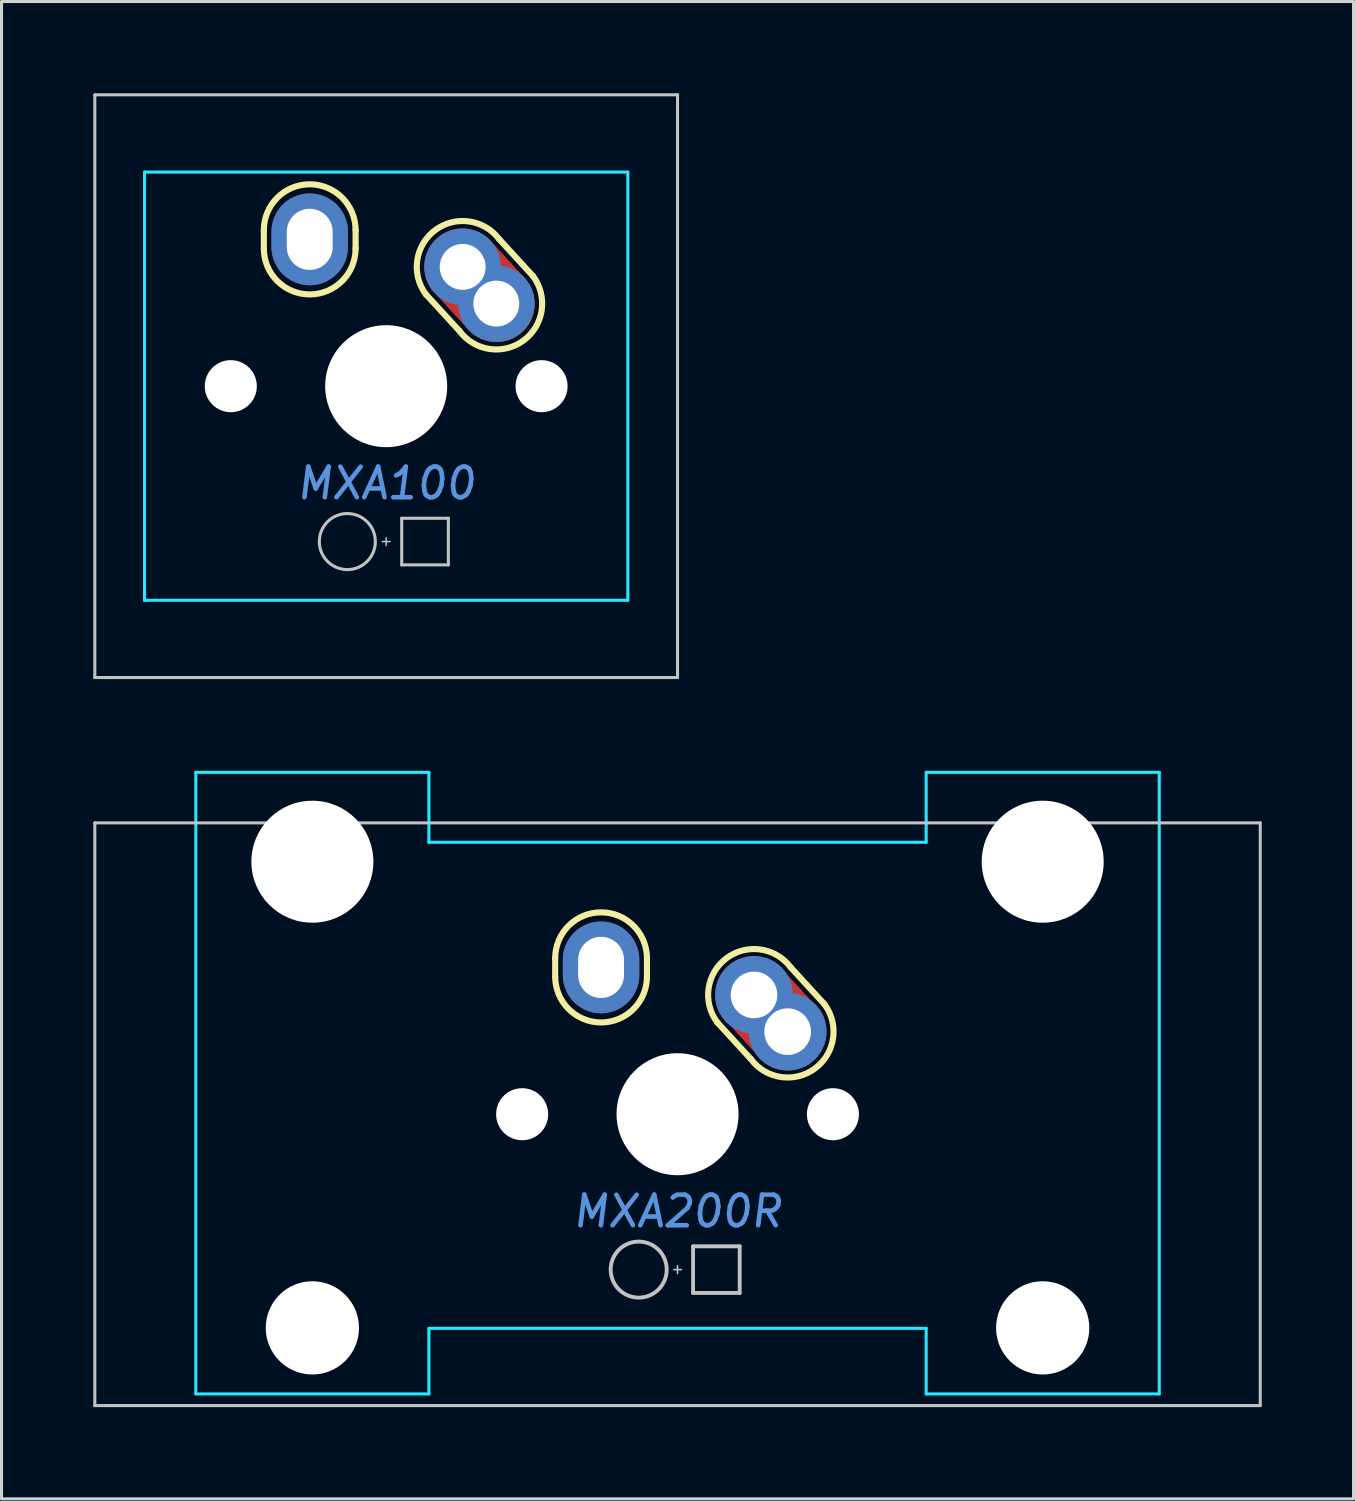
<source format=kicad_pcb>
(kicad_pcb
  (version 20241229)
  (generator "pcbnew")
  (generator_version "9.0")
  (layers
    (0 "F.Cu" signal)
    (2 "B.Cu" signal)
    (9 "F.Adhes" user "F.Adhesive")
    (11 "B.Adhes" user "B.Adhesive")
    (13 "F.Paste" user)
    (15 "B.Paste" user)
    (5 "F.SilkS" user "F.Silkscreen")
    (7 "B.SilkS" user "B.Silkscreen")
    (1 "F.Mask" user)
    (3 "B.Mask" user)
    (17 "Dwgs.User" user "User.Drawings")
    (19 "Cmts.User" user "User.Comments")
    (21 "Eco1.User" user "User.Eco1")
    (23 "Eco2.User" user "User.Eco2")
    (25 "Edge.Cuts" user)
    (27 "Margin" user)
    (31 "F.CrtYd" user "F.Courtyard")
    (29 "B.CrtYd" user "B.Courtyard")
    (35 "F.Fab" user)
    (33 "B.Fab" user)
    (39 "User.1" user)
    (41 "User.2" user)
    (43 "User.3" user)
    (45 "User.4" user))
  (footprint "MXA100"
    (layer "F.Cu")
    (at 9.575 9.575)
    (property "Reference" "MXA100" (at 0 3.175 0) (layer "Cmts.User") (effects (font (size 1 1) (thickness 0.15) (italic yes))))
    (attr through_hole)
    (fp_line (start -4 -4.5) (end -4 -5.1) (stroke (width 0.2) (type solid)) (layer "F.SilkS"))
    (fp_line (start -1 -4.5) (end -1 -5.1) (stroke (width 0.2) (type solid)) (layer "F.SilkS"))
    (fp_line (start 2.4 -1.8) (end 1.3 -3) (stroke (width 0.2) (type solid)) (layer "F.SilkS"))
    (fp_line (start 4.8 -3.6) (end 3.7 -4.8) (stroke (width 0.2) (type solid)) (layer "F.SilkS"))
    (fp_arc (start -4 -5.1) (mid -2.5 -6.6) (end -1 -5.1) (stroke (width 0.2) (type solid)) (layer "F.SilkS"))
    (fp_arc (start -1 -4.5) (mid -2.5 -3) (end -4 -4.5) (stroke (width 0.2) (type solid)) (layer "F.SilkS"))
    (fp_arc (start 1.3 -3) (mid 1.6 -5.1) (end 3.7 -4.8) (stroke (width 0.2) (type solid)) (layer "F.SilkS"))
    (fp_arc (start 4.8 -3.6) (mid 4.5 -1.5) (end 2.4 -1.8) (stroke (width 0.2) (type solid)) (layer "F.SilkS"))
    (fp_line (start -9.525 -9.525) (end 9.525 -9.525) (stroke (width 0.1) (type solid)) (layer "Dwgs.User"))
    (fp_line (start -9.525 9.525) (end -9.525 -9.525) (stroke (width 0.1) (type solid)) (layer "Dwgs.User"))
    (fp_line (start -0.127 5.08) (end 0.127 5.08) (stroke (width 0.05) (type solid)) (layer "Dwgs.User"))
    (fp_line (start 0 4.953) (end 0 5.207) (stroke (width 0.05) (type solid)) (layer "Dwgs.User"))
    (fp_line (start 0.508 4.318) (end 0.508 5.842) (stroke (width 0.1) (type solid)) (layer "Dwgs.User"))
    (fp_line (start 0.508 4.318) (end 2.032 4.318) (stroke (width 0.1) (type solid)) (layer "Dwgs.User"))
    (fp_line (start 2.032 5.842) (end 0.508 5.842) (stroke (width 0.1) (type solid)) (layer "Dwgs.User"))
    (fp_line (start 2.032 5.842) (end 2.032 4.318) (stroke (width 0.1) (type solid)) (layer "Dwgs.User"))
    (fp_line (start 9.525 -9.525) (end 9.525 9.525) (stroke (width 0.1) (type solid)) (layer "Dwgs.User"))
    (fp_line (start 9.525 9.525) (end -9.525 9.525) (stroke (width 0.1) (type solid)) (layer "Dwgs.User"))
    (fp_circle (center -1.27 5.08) (end -0.354 5.08) (stroke (width 0.1) (type solid)) (fill no) (layer "Dwgs.User"))
    (fp_line (start -7.9 -7) (end 7.9 -7) (stroke (width 0.1) (type solid)) (layer "B.CrtYd"))
    (fp_line (start -7.9 7) (end -7.9 -7) (stroke (width 0.1) (type solid)) (layer "B.CrtYd"))
    (fp_line (start -7.9 7) (end 7.9 7) (stroke (width 0.1) (type solid)) (layer "B.CrtYd"))
    (fp_line (start 7.9 7) (end 7.9 -7) (stroke (width 0.1) (type solid)) (layer "B.CrtYd"))
    (pad "" np_thru_hole circle (at -5.08 0) (size 1.702 1.702) (drill 1.702) (layers "*.Cu" "*.Mask"))
    (pad "" np_thru_hole circle (at 0 0) (size 3.988 3.988) (drill 3.988) (layers "*.Cu" "*.Mask"))
    (pad "" np_thru_hole circle (at 5.08 0) (size 1.702 1.702) (drill 1.702) (layers "*.Cu" "*.Mask"))
    (pad "1" thru_hole oval (at -2.5 -4.8) (size 2.5 3) (drill oval 1.5 2) (layers "*.Cu" "*.Mask"))
    (pad "2" thru_hole circle (at 2.5 -3.9 45) (size 2.5 2.5) (drill 1.5) (layers "*.Cu" "*.Mask"))
    (pad "2" smd oval (at 3.05 -3.3 222.5) (size 2.5 4.15) (layers "F.Cu" "F.Mask"))
    (pad "2" thru_hole circle (at 3.6 -2.7 45) (size 2.5 2.5) (drill 1.5) (layers "*.Cu" "*.Mask")))
  (footprint "MXA200R"
    (layer "F.Cu")
    (at 19.1 33.376)
    (property "Reference" "MXA200R" (at 0 3.175 0) (layer "Cmts.User") (effects (font (size 1 1) (thickness 0.15) (italic yes))))
    (attr through_hole)
    (fp_line (start -4 -4.5) (end -4 -5.1) (stroke (width 0.2) (type solid)) (layer "F.SilkS"))
    (fp_line (start -1 -4.5) (end -1 -5.1) (stroke (width 0.2) (type solid)) (layer "F.SilkS"))
    (fp_line (start 1.3 -3) (end 2.4 -1.8) (stroke (width 0.2) (type solid)) (layer "F.SilkS"))
    (fp_line (start 3.7 -4.8) (end 4.8 -3.6) (stroke (width 0.2) (type solid)) (layer "F.SilkS"))
    (fp_arc (start -4 -5.1) (mid -2.5 -6.6) (end -1 -5.1) (stroke (width 0.2) (type solid)) (layer "F.SilkS"))
    (fp_arc (start -1 -4.5) (mid -2.5 -3) (end -4 -4.5) (stroke (width 0.2) (type solid)) (layer "F.SilkS"))
    (fp_arc (start 1.3 -3) (mid 1.6 -5.1) (end 3.7 -4.8) (stroke (width 0.2) (type solid)) (layer "F.SilkS"))
    (fp_arc (start 4.8 -3.6) (mid 4.5 -1.5) (end 2.4 -1.8) (stroke (width 0.2) (type solid)) (layer "F.SilkS"))
    (fp_line (start -19.05 -9.525) (end -19.05 9.525) (stroke (width 0.1) (type solid)) (layer "Dwgs.User"))
    (fp_line (start -19.05 -9.525) (end 19.05 -9.525) (stroke (width 0.1) (type solid)) (layer "Dwgs.User"))
    (fp_line (start -19.05 9.525) (end 19.05 9.525) (stroke (width 0.1) (type solid)) (layer "Dwgs.User"))
    (fp_line (start -0.127 5.08) (end 0.127 5.08) (stroke (width 0.051) (type solid)) (layer "Dwgs.User"))
    (fp_line (start 0 4.953) (end 0 5.207) (stroke (width 0.051) (type solid)) (layer "Dwgs.User"))
    (fp_line (start 0.508 4.318) (end 0.508 5.842) (stroke (width 0.127) (type solid)) (layer "Dwgs.User"))
    (fp_line (start 0.508 4.318) (end 2.032 4.318) (stroke (width 0.127) (type solid)) (layer "Dwgs.User"))
    (fp_line (start 0.508 5.842) (end 2.032 5.842) (stroke (width 0.127) (type solid)) (layer "Dwgs.User"))
    (fp_line (start 2.032 5.842) (end 2.032 4.318) (stroke (width 0.127) (type solid)) (layer "Dwgs.User"))
    (fp_line (start 19.05 -9.525) (end 19.05 9.525) (stroke (width 0.1) (type solid)) (layer "Dwgs.User"))
    (fp_circle (center -1.27 5.08) (end -0.354 5.08) (stroke (width 0.127) (type solid)) (fill no) (layer "Dwgs.User"))
    (fp_line (start -15.748 9.144) (end -15.748 -11.176) (stroke (width 0.1) (type solid)) (layer "B.CrtYd"))
    (fp_line (start -8.128 -11.176) (end -15.748 -11.176) (stroke (width 0.1) (type solid)) (layer "B.CrtYd"))
    (fp_line (start -8.128 -8.89) (end -8.128 -11.176) (stroke (width 0.1) (type solid)) (layer "B.CrtYd"))
    (fp_line (start -8.128 7) (end -8.128 9.144) (stroke (width 0.1) (type solid)) (layer "B.CrtYd"))
    (fp_line (start -8.128 7) (end 8.128 7) (stroke (width 0.1) (type solid)) (layer "B.CrtYd"))
    (fp_line (start -8.128 9.144) (end -15.748 9.144) (stroke (width 0.1) (type solid)) (layer "B.CrtYd"))
    (fp_line (start 8.128 -8.89) (end -8.128 -8.89) (stroke (width 0.1) (type solid)) (layer "B.CrtYd"))
    (fp_line (start 8.128 -8.89) (end 8.128 -11.176) (stroke (width 0.1) (type solid)) (layer "B.CrtYd"))
    (fp_line (start 8.128 7) (end 8.128 9.144) (stroke (width 0.1) (type solid)) (layer "B.CrtYd"))
    (fp_line (start 15.748 -11.176) (end 8.128 -11.176) (stroke (width 0.1) (type solid)) (layer "B.CrtYd"))
    (fp_line (start 15.748 9.144) (end 8.128 9.144) (stroke (width 0.1) (type solid)) (layer "B.CrtYd"))
    (fp_line (start 15.748 9.144) (end 15.748 -11.176) (stroke (width 0.1) (type solid)) (layer "B.CrtYd"))
    (pad "" np_thru_hole circle (at -11.938 -8.255) (size 3.988 3.988) (drill 3.988) (layers "*.Cu" "*.Mask"))
    (pad "" np_thru_hole circle (at -11.938 6.985) (size 3.048 3.048) (drill 3.048) (layers "*.Cu" "*.Mask"))
    (pad "" np_thru_hole circle (at -5.08 0) (size 1.702 1.702) (drill 1.702) (layers "*.Cu" "*.Mask"))
    (pad "" np_thru_hole circle (at 0 0) (size 3.988 3.988) (drill 3.988) (layers "*.Cu" "*.Mask"))
    (pad "" np_thru_hole circle (at 5.08 0) (size 1.702 1.702) (drill 1.702) (layers "*.Cu" "*.Mask"))
    (pad "" np_thru_hole circle (at 11.938 -8.255) (size 3.988 3.988) (drill 3.988) (layers "*.Cu" "*.Mask"))
    (pad "" np_thru_hole circle (at 11.938 6.985) (size 3.048 3.048) (drill 3.048) (layers "*.Cu" "*.Mask"))
    (pad "1" thru_hole oval (at -2.5 -4.8) (size 2.5 3) (drill oval 1.5 2) (layers "*.Cu" "*.Mask"))
    (pad "2" thru_hole circle (at 2.5 -3.9) (size 2.54 2.54) (drill 1.524) (layers "*.Cu" "*.Mask"))
    (pad "2" smd oval (at 3.05 -3.3 222.5) (size 2.5 4.15) (layers "F.Cu" "F.Mask" "F.Paste"))
    (pad "2" thru_hole circle (at 3.6 -2.7) (size 2.54 2.54) (drill 1.524) (layers "*.Cu" "*.Mask")))
  (gr_rect
    (start -3 -3)
    (end 41.2 45.951)
    (stroke (width 0.1) (type default))
    (fill no)
    (layer "Edge.Cuts")))
</source>
